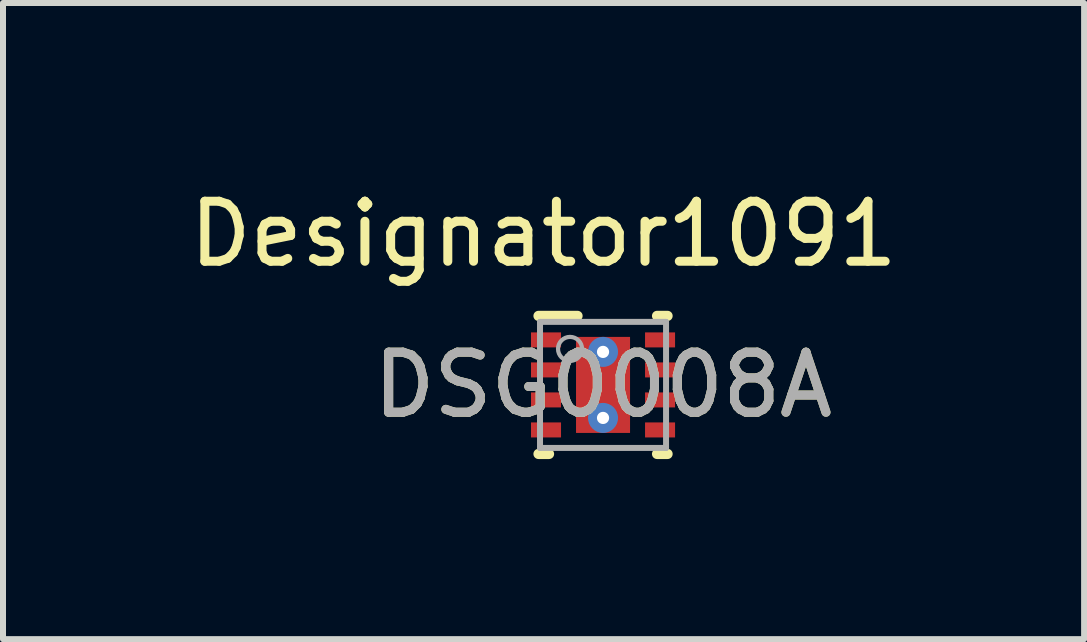
<source format=kicad_pcb>
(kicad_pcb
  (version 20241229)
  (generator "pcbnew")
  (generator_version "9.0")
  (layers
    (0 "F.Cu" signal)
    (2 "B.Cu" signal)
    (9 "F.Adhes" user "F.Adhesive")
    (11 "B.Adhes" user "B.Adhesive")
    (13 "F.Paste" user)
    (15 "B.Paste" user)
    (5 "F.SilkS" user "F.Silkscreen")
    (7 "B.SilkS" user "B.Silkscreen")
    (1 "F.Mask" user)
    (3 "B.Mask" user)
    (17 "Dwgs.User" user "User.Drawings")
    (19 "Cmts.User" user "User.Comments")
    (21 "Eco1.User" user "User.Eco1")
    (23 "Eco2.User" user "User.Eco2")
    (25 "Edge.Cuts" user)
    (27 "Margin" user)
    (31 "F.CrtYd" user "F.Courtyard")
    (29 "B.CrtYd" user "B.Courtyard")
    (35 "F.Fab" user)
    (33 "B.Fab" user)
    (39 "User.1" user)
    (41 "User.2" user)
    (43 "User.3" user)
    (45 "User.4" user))
  (footprint "DSG0008A"
    (layer "F.Cu")
    (at 6.997 3.363)
    (property "Reference" "DSG0008A" (at 0 0 0) (unlocked yes) (layer "F.SilkS") (effects (font (size 1 1) (thickness 0.15))))
    (attr smd)
    (fp_line (start -1.075 -1.15) (end -0.425 -1.15) (stroke (width 0.17) (type solid)) (layer "F.SilkS"))
    (fp_line (start -1.075 1.15) (end -0.9 1.15) (stroke (width 0.17) (type solid)) (layer "F.SilkS"))
    (fp_line (start 0.9 -1.15) (end 1.075 -1.15) (stroke (width 0.17) (type solid)) (layer "F.SilkS"))
    (fp_line (start 0.9 1.15) (end 1.075 1.15) (stroke (width 0.17) (type solid)) (layer "F.SilkS"))
    (fp_poly (pts (xy -0.45 -0.149) (xy -0.45 -0.751) (xy -0.449 -0.761) (xy -0.446 -0.77) (xy -0.442 -0.778) (xy -0.436 -0.786) (xy -0.428 -0.792) (xy -0.42 -0.796) (xy -0.411 -0.799) (xy -0.401 -0.8) (xy 0.401 -0.8) (xy 0.411 -0.799) (xy 0.42 -0.796) (xy 0.428 -0.792) (xy 0.436 -0.786) (xy 0.442 -0.778) (xy 0.446 -0.77) (xy 0.449 -0.761) (xy 0.45 -0.751) (xy 0.45 -0.149) (xy 0.449 -0.139) (xy 0.446 -0.13) (xy 0.442 -0.122) (xy 0.436 -0.114) (xy 0.428 -0.108) (xy 0.42 -0.104) (xy 0.411 -0.101) (xy 0.401 -0.1) (xy -0.401 -0.1) (xy -0.411 -0.101) (xy -0.42 -0.104) (xy -0.428 -0.108) (xy -0.436 -0.114) (xy -0.442 -0.122) (xy -0.446 -0.13) (xy -0.449 -0.139)) (stroke (width 0) (type solid)) (fill yes) (layer "F.Paste"))
    (fp_poly (pts (xy -0.45 0.751) (xy -0.45 0.149) (xy -0.449 0.139) (xy -0.446 0.13) (xy -0.442 0.122) (xy -0.436 0.114) (xy -0.428 0.108) (xy -0.42 0.104) (xy -0.411 0.101) (xy -0.401 0.1) (xy 0.401 0.1) (xy 0.411 0.101) (xy 0.42 0.104) (xy 0.428 0.108) (xy 0.436 0.114) (xy 0.442 0.122) (xy 0.446 0.13) (xy 0.449 0.139) (xy 0.45 0.149) (xy 0.45 0.751) (xy 0.449 0.761) (xy 0.446 0.77) (xy 0.442 0.778) (xy 0.436 0.786) (xy 0.428 0.792) (xy 0.42 0.796) (xy 0.411 0.799) (xy 0.401 0.8) (xy -0.401 0.8) (xy -0.411 0.799) (xy -0.42 0.796) (xy -0.428 0.792) (xy -0.436 0.786) (xy -0.442 0.778) (xy -0.446 0.77) (xy -0.449 0.761)) (stroke (width 0) (type solid)) (fill yes) (layer "F.Paste"))
    (fp_line (start -1.05 -1.05) (end 1.05 -1.05) (stroke (width 0.1) (type solid)) (layer "F.Fab"))
    (fp_line (start -1.05 1.05) (end -1.05 -1.05) (stroke (width 0.1) (type solid)) (layer "F.Fab"))
    (fp_line (start -1.05 1.05) (end 1.05 1.05) (stroke (width 0.1) (type solid)) (layer "F.Fab"))
    (fp_line (start 1.05 1.05) (end 1.05 -1.05) (stroke (width 0.1) (type solid)) (layer "F.Fab"))
    (fp_circle (center -0.55 -0.6) (end -0.35 -0.6) (stroke (width 0.07) (type solid)) (fill no) (layer "F.Fab"))
    (fp_text user "Designator1091" (at -0.991 -2.515 0) (unlocked yes) (layer "F.SilkS") (effects (font (size 1 1) (thickness 0.15))))
    (fp_text user "${REFERENCE}" (at 0 0 0) (unlocked yes) (layer "F.Fab") (effects (font (size 1 1) (thickness 0.15))))
    (pad "1" smd rect (at -0.95 -0.75 90) (size 0.25 0.5) (layers "F.Cu" "F.Mask" "F.Paste"))
    (pad "2" smd rect (at -0.95 -0.25 90) (size 0.25 0.5) (layers "F.Cu" "F.Mask" "F.Paste"))
    (pad "3" smd rect (at -0.95 0.25 90) (size 0.25 0.5) (layers "F.Cu" "F.Mask" "F.Paste"))
    (pad "4" smd rect (at -0.95 0.75 90) (size 0.25 0.5) (layers "F.Cu" "F.Mask" "F.Paste"))
    (pad "5" smd rect (at 0.95 0.75 90) (size 0.25 0.5) (layers "F.Cu" "F.Mask" "F.Paste"))
    (pad "6" smd rect (at 0.95 0.25 90) (size 0.25 0.5) (layers "F.Cu" "F.Mask" "F.Paste"))
    (pad "7" smd rect (at 0.95 -0.25 90) (size 0.25 0.5) (layers "F.Cu" "F.Mask" "F.Paste"))
    (pad "8" smd rect (at 0.95 -0.75 90) (size 0.25 0.5) (layers "F.Cu" "F.Mask" "F.Paste"))
    (pad "9" smd rect (at 0 0) (size 0.9 1.6) (layers "F.Cu" "F.Mask" "F.Paste"))
    (pad "10" thru_hole circle (at 0 -0.55) (size 0.5 0.5) (drill 0.203) (layers "*.Cu" "*.Mask"))
    (pad "11" thru_hole circle (at 0 0.55) (size 0.5 0.5) (drill 0.203) (layers "*.Cu" "*.Mask")))
  (gr_rect
    (start -3 -3)
    (end 15.012 7.598)
    (stroke (width 0.1) (type default))
    (fill no)
    (layer "Edge.Cuts")))
</source>
